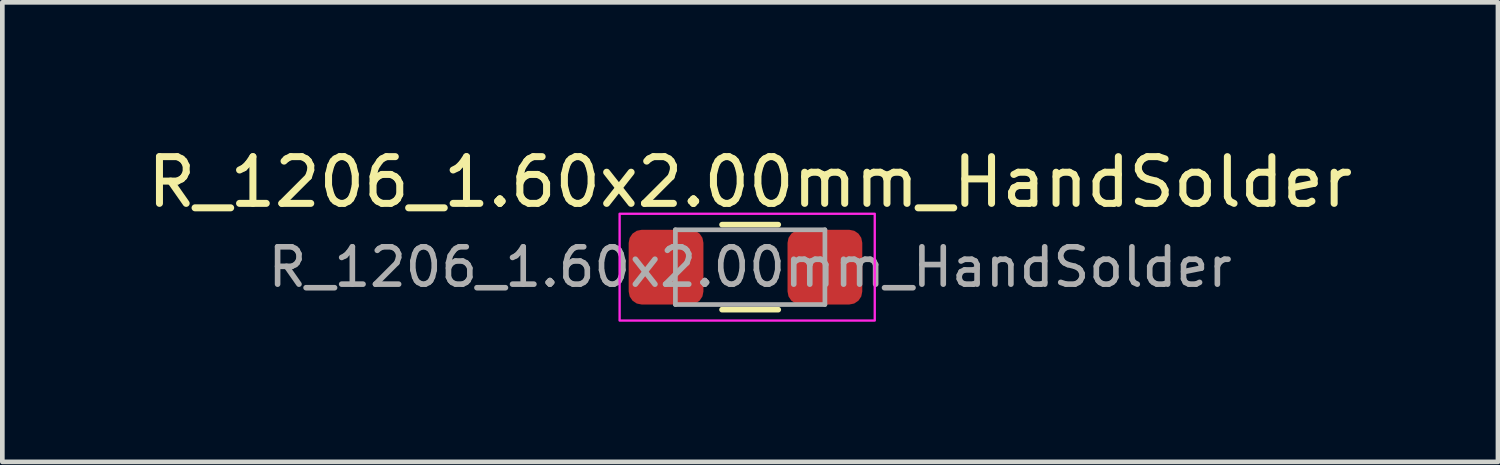
<source format=kicad_pcb>
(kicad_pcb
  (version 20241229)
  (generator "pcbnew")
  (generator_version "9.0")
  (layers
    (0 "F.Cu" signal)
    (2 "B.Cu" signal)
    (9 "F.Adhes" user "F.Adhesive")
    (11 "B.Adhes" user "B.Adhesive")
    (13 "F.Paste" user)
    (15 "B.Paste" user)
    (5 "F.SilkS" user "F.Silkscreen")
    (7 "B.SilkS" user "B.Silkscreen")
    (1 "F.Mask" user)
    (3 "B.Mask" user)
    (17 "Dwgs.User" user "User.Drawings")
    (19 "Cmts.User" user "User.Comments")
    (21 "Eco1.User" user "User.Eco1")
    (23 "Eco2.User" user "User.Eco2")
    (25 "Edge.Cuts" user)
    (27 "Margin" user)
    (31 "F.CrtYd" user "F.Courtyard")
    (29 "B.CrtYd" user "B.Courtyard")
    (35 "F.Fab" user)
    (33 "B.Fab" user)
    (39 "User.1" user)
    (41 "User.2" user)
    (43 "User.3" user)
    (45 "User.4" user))
  (footprint "R_1206_1.60x2.00mm_HandSolder"
    (layer "F.Cu")
    (at 13.006 2.668)
    (property "Reference" "R_1206_1.60x2.00mm_HandSolder" (at 0 -1.82 0) (layer "F.SilkS") (effects (font (size 1 1) (thickness 0.15))))
    (attr smd)
    (fp_line (start -0.602 -0.91) (end 0.602 -0.91) (stroke (width 0.12) (type solid)) (layer "F.SilkS"))
    (fp_line (start -0.602 0.91) (end 0.602 0.91) (stroke (width 0.12) (type solid)) (layer "F.SilkS"))
    (fp_line (start -2.794 -1.143) (end 2.667 -1.143) (stroke (width 0.05) (type solid)) (layer "F.CrtYd"))
    (fp_line (start -2.794 1.12) (end -2.794 -1.12) (stroke (width 0.05) (type solid)) (layer "F.CrtYd"))
    (fp_line (start 2.667 -1.12) (end 2.667 1.12) (stroke (width 0.05) (type solid)) (layer "F.CrtYd"))
    (fp_line (start 2.667 1.143) (end -2.794 1.143) (stroke (width 0.05) (type solid)) (layer "F.CrtYd"))
    (fp_line (start -1.6 -0.8) (end 1.6 -0.8) (stroke (width 0.1) (type solid)) (layer "F.Fab"))
    (fp_line (start -1.6 0.8) (end -1.6 -0.8) (stroke (width 0.1) (type solid)) (layer "F.Fab"))
    (fp_line (start 1.6 -0.8) (end 1.6 0.8) (stroke (width 0.1) (type solid)) (layer "F.Fab"))
    (fp_line (start 1.6 0.8) (end -1.6 0.8) (stroke (width 0.1) (type solid)) (layer "F.Fab"))
    (fp_text user "${REFERENCE}" (at 0 0 0) (layer "F.Fab") (effects (font (size 0.8 0.8) (thickness 0.12))))
    (pad "1" smd roundrect (at -1.8 0) (size 1.6 1.6) (layers "F.Cu" "F.Mask" "F.Paste") (roundrect_rratio 0.175))
    (pad "2" smd roundrect (at 1.6 0) (size 1.6 1.6) (layers "F.Cu" "F.Mask" "F.Paste") (roundrect_rratio 0.175)))
  (gr_rect
    (start -3 -3)
    (end 29.012 6.836)
    (stroke (width 0.1) (type default))
    (fill no)
    (layer "Edge.Cuts")))
</source>
